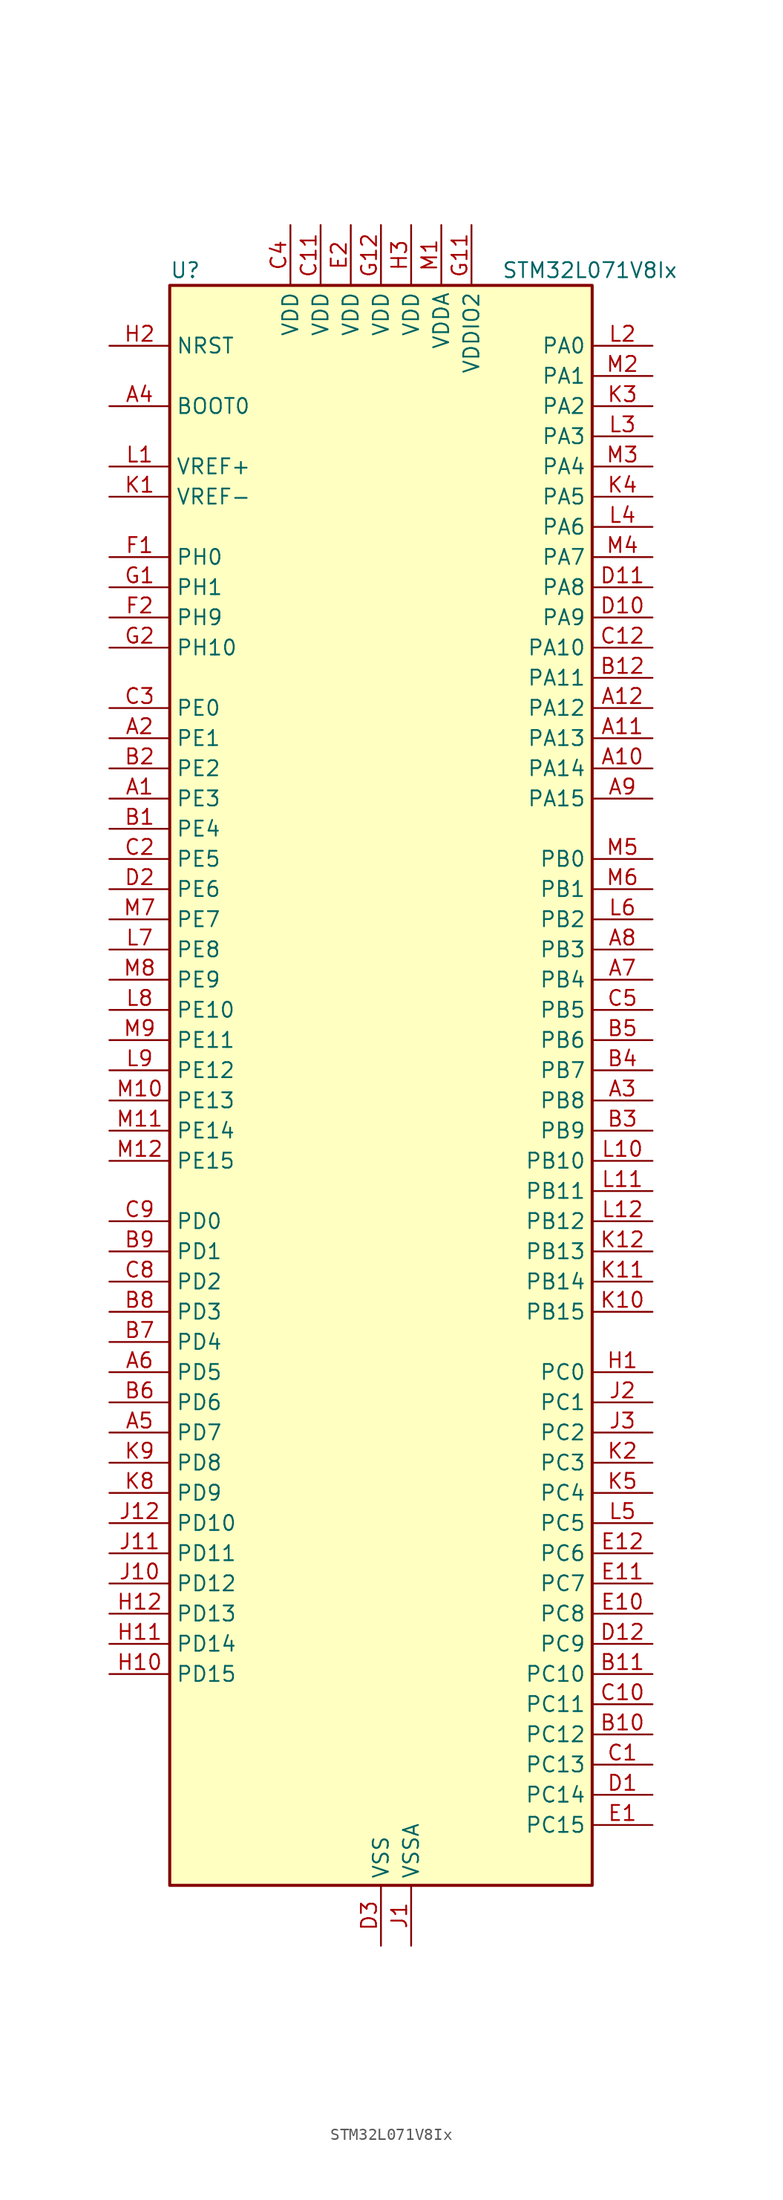
<source format=kicad_sym>
(kicad_symbol_lib
  (version 20241209)
  (generator "kicad_symbol_editor")
  (generator_version "9.0")
  (symbol "STM32L071V8Ix"
    (property "Reference" "U"
      (at -17.78 69.85 0)
      (effects (font (size 1.27 1.27)) (justify left)))
    (property "Value" "STM32L071V8Ix"
      (at 10.16 69.85 0)
      (effects (font (size 1.27 1.27)) (justify left)))
    (symbol "STM32L071V8Ix_0_1"
      (rectangle (start -17.78 -66.04) (end 17.78 68.58) (stroke (width 0.254) (type default)) (fill (type background))))
    (symbol "STM32L071V8Ix_1_1"
      (pin input line (at -22.86 63.5 0) (length 5.08) (name "NRST" (effects (font (size 1.27 1.27)))) (number "H2" (effects (font (size 1.27 1.27)))))
      (pin input line (at -22.86 58.42 0) (length 5.08) (name "BOOT0" (effects (font (size 1.27 1.27)))) (number "A4" (effects (font (size 1.27 1.27)))))
      (pin input line (at -22.86 53.34 0) (length 5.08) (name "VREF+" (effects (font (size 1.27 1.27)))) (number "L1" (effects (font (size 1.27 1.27)))))
      (pin input line (at -22.86 50.8 0) (length 5.08) (name "VREF-" (effects (font (size 1.27 1.27)))) (number "K1" (effects (font (size 1.27 1.27)))))
      (pin bidirectional line (at -22.86 45.72 0) (length 5.08) (name "PH0" (effects (font (size 1.27 1.27)))) (number "F1" (effects (font (size 1.27 1.27)))) (alternate "RCC_OSC_IN" bidirectional line))
      (pin bidirectional line (at -22.86 43.18 0) (length 5.08) (name "PH1" (effects (font (size 1.27 1.27)))) (number "G1" (effects (font (size 1.27 1.27)))) (alternate "RCC_OSC_OUT" bidirectional line))
      (pin bidirectional line (at -22.86 40.64 0) (length 5.08) (name "PH9" (effects (font (size 1.27 1.27)))) (number "F2" (effects (font (size 1.27 1.27)))))
      (pin bidirectional line (at -22.86 38.1 0) (length 5.08) (name "PH10" (effects (font (size 1.27 1.27)))) (number "G2" (effects (font (size 1.27 1.27)))))
      (pin bidirectional line (at -22.86 33.02 0) (length 5.08) (name "PE0" (effects (font (size 1.27 1.27)))) (number "C3" (effects (font (size 1.27 1.27)))))
      (pin bidirectional line (at -22.86 30.48 0) (length 5.08) (name "PE1" (effects (font (size 1.27 1.27)))) (number "A2" (effects (font (size 1.27 1.27)))))
      (pin bidirectional line (at -22.86 27.94 0) (length 5.08) (name "PE2" (effects (font (size 1.27 1.27)))) (number "B2" (effects (font (size 1.27 1.27)))) (alternate "TIM3_ETR" bidirectional line))
      (pin bidirectional line (at -22.86 25.4 0) (length 5.08) (name "PE3" (effects (font (size 1.27 1.27)))) (number "A1" (effects (font (size 1.27 1.27)))) (alternate "TIM22_CH1" bidirectional line) (alternate "TIM3_CH1" bidirectional line))
      (pin bidirectional line (at -22.86 22.86 0) (length 5.08) (name "PE4" (effects (font (size 1.27 1.27)))) (number "B1" (effects (font (size 1.27 1.27)))) (alternate "TIM22_CH2" bidirectional line) (alternate "TIM3_CH2" bidirectional line))
      (pin bidirectional line (at -22.86 20.32 0) (length 5.08) (name "PE5" (effects (font (size 1.27 1.27)))) (number "C2" (effects (font (size 1.27 1.27)))) (alternate "TIM21_CH1" bidirectional line) (alternate "TIM3_CH3" bidirectional line))
      (pin bidirectional line (at -22.86 17.78 0) (length 5.08) (name "PE6" (effects (font (size 1.27 1.27)))) (number "D2" (effects (font (size 1.27 1.27)))) (alternate "RTC_TAMP3" bidirectional line) (alternate "SYS_WKUP3" bidirectional line) (alternate "TIM21_CH2" bidirectional line) (alternate "TIM3_CH4" bidirectional line))
      (pin bidirectional line (at -22.86 15.24 0) (length 5.08) (name "PE7" (effects (font (size 1.27 1.27)))) (number "M7" (effects (font (size 1.27 1.27)))) (alternate "USART5_CK" bidirectional line) (alternate "USART5_DE" bidirectional line) (alternate "USART5_RTS" bidirectional line))
      (pin bidirectional line (at -22.86 12.7 0) (length 5.08) (name "PE8" (effects (font (size 1.27 1.27)))) (number "L7" (effects (font (size 1.27 1.27)))) (alternate "USART4_TX" bidirectional line))
      (pin bidirectional line (at -22.86 10.16 0) (length 5.08) (name "PE9" (effects (font (size 1.27 1.27)))) (number "M8" (effects (font (size 1.27 1.27)))) (alternate "TIM2_CH1" bidirectional line) (alternate "TIM2_ETR" bidirectional line) (alternate "USART4_RX" bidirectional line))
      (pin bidirectional line (at -22.86 7.62 0) (length 5.08) (name "PE10" (effects (font (size 1.27 1.27)))) (number "L8" (effects (font (size 1.27 1.27)))) (alternate "TIM2_CH2" bidirectional line) (alternate "USART5_TX" bidirectional line))
      (pin bidirectional line (at -22.86 5.08 0) (length 5.08) (name "PE11" (effects (font (size 1.27 1.27)))) (number "M9" (effects (font (size 1.27 1.27)))) (alternate "ADC_EXTI11" bidirectional line) (alternate "TIM2_CH3" bidirectional line) (alternate "USART5_RX" bidirectional line))
      (pin bidirectional line (at -22.86 2.54 0) (length 5.08) (name "PE12" (effects (font (size 1.27 1.27)))) (number "L9" (effects (font (size 1.27 1.27)))) (alternate "SPI1_NSS" bidirectional line) (alternate "TIM2_CH4" bidirectional line))
      (pin bidirectional line (at -22.86 0 0) (length 5.08) (name "PE13" (effects (font (size 1.27 1.27)))) (number "M10" (effects (font (size 1.27 1.27)))) (alternate "SPI1_SCK" bidirectional line))
      (pin bidirectional line (at -22.86 -2.54 0) (length 5.08) (name "PE14" (effects (font (size 1.27 1.27)))) (number "M11" (effects (font (size 1.27 1.27)))) (alternate "SPI1_MISO" bidirectional line))
      (pin bidirectional line (at -22.86 -5.08 0) (length 5.08) (name "PE15" (effects (font (size 1.27 1.27)))) (number "M12" (effects (font (size 1.27 1.27)))) (alternate "SPI1_MOSI" bidirectional line))
      (pin bidirectional line (at -22.86 -10.16 0) (length 5.08) (name "PD0" (effects (font (size 1.27 1.27)))) (number "C9" (effects (font (size 1.27 1.27)))) (alternate "I2S2_WS" bidirectional line) (alternate "SPI2_NSS" bidirectional line) (alternate "TIM21_CH1" bidirectional line))
      (pin bidirectional line (at -22.86 -12.7 0) (length 5.08) (name "PD1" (effects (font (size 1.27 1.27)))) (number "B9" (effects (font (size 1.27 1.27)))) (alternate "I2S2_CK" bidirectional line) (alternate "SPI2_SCK" bidirectional line))
      (pin bidirectional line (at -22.86 -15.24 0) (length 5.08) (name "PD2" (effects (font (size 1.27 1.27)))) (number "C8" (effects (font (size 1.27 1.27)))) (alternate "LPUART1_DE" bidirectional line) (alternate "LPUART1_RTS" bidirectional line) (alternate "TIM3_ETR" bidirectional line) (alternate "USART5_RX" bidirectional line))
      (pin bidirectional line (at -22.86 -17.78 0) (length 5.08) (name "PD3" (effects (font (size 1.27 1.27)))) (number "B8" (effects (font (size 1.27 1.27)))) (alternate "I2S2_MCK" bidirectional line) (alternate "SPI2_MISO" bidirectional line) (alternate "USART2_CTS" bidirectional line))
      (pin bidirectional line (at -22.86 -20.32 0) (length 5.08) (name "PD4" (effects (font (size 1.27 1.27)))) (number "B7" (effects (font (size 1.27 1.27)))) (alternate "I2S2_SD" bidirectional line) (alternate "SPI2_MOSI" bidirectional line) (alternate "USART2_DE" bidirectional line) (alternate "USART2_RTS" bidirectional line))
      (pin bidirectional line (at -22.86 -22.86 0) (length 5.08) (name "PD5" (effects (font (size 1.27 1.27)))) (number "A6" (effects (font (size 1.27 1.27)))) (alternate "USART2_TX" bidirectional line))
      (pin bidirectional line (at -22.86 -25.4 0) (length 5.08) (name "PD6" (effects (font (size 1.27 1.27)))) (number "B6" (effects (font (size 1.27 1.27)))) (alternate "USART2_RX" bidirectional line))
      (pin bidirectional line (at -22.86 -27.94 0) (length 5.08) (name "PD7" (effects (font (size 1.27 1.27)))) (number "A5" (effects (font (size 1.27 1.27)))) (alternate "TIM21_CH2" bidirectional line) (alternate "USART2_CK" bidirectional line))
      (pin bidirectional line (at -22.86 -30.48 0) (length 5.08) (name "PD8" (effects (font (size 1.27 1.27)))) (number "K9" (effects (font (size 1.27 1.27)))) (alternate "LPUART1_TX" bidirectional line))
      (pin bidirectional line (at -22.86 -33.02 0) (length 5.08) (name "PD9" (effects (font (size 1.27 1.27)))) (number "K8" (effects (font (size 1.27 1.27)))) (alternate "LPUART1_RX" bidirectional line))
      (pin bidirectional line (at -22.86 -35.56 0) (length 5.08) (name "PD10" (effects (font (size 1.27 1.27)))) (number "J12" (effects (font (size 1.27 1.27)))))
      (pin bidirectional line (at -22.86 -38.1 0) (length 5.08) (name "PD11" (effects (font (size 1.27 1.27)))) (number "J11" (effects (font (size 1.27 1.27)))) (alternate "ADC_EXTI11" bidirectional line) (alternate "LPUART1_CTS" bidirectional line))
      (pin bidirectional line (at -22.86 -40.64 0) (length 5.08) (name "PD12" (effects (font (size 1.27 1.27)))) (number "J10" (effects (font (size 1.27 1.27)))) (alternate "LPUART1_DE" bidirectional line) (alternate "LPUART1_RTS" bidirectional line))
      (pin bidirectional line (at -22.86 -43.18 0) (length 5.08) (name "PD13" (effects (font (size 1.27 1.27)))) (number "H12" (effects (font (size 1.27 1.27)))))
      (pin bidirectional line (at -22.86 -45.72 0) (length 5.08) (name "PD14" (effects (font (size 1.27 1.27)))) (number "H11" (effects (font (size 1.27 1.27)))))
      (pin bidirectional line (at -22.86 -48.26 0) (length 5.08) (name "PD15" (effects (font (size 1.27 1.27)))) (number "H10" (effects (font (size 1.27 1.27)))))
      (pin power_in line (at -7.62 73.66 270) (length 5.08) (name "VDD" (effects (font (size 1.27 1.27)))) (number "C4" (effects (font (size 1.27 1.27)))))
      (pin power_in line (at -5.08 73.66 270) (length 5.08) (name "VDD" (effects (font (size 1.27 1.27)))) (number "C11" (effects (font (size 1.27 1.27)))))
      (pin power_in line (at -2.54 73.66 270) (length 5.08) (name "VDD" (effects (font (size 1.27 1.27)))) (number "E2" (effects (font (size 1.27 1.27)))))
      (pin power_in line (at 0 73.66 270) (length 5.08) (name "VDD" (effects (font (size 1.27 1.27)))) (number "G12" (effects (font (size 1.27 1.27)))))
      (pin power_in line (at 0 -71.12 90) (length 5.08) (name "VSS" (effects (font (size 1.27 1.27)))) (number "D3" (effects (font (size 1.27 1.27)))))
      (pin passive line (at 0 -71.12 90) (length 5.08) (hide yes) (name "VSS" (effects (font (size 1.27 1.27)))) (number "E3" (effects (font (size 1.27 1.27)))))
      (pin passive line (at 0 -71.12 90) (length 5.08) (hide yes) (name "VSS" (effects (font (size 1.27 1.27)))) (number "F11" (effects (font (size 1.27 1.27)))))
      (pin passive line (at 0 -71.12 90) (length 5.08) (hide yes) (name "VSS" (effects (font (size 1.27 1.27)))) (number "F12" (effects (font (size 1.27 1.27)))))
      (pin power_in line (at 2.54 73.66 270) (length 5.08) (name "VDD" (effects (font (size 1.27 1.27)))) (number "H3" (effects (font (size 1.27 1.27)))))
      (pin power_in line (at 2.54 -71.12 90) (length 5.08) (name "VSSA" (effects (font (size 1.27 1.27)))) (number "J1" (effects (font (size 1.27 1.27)))))
      (pin power_in line (at 5.08 73.66 270) (length 5.08) (name "VDDA" (effects (font (size 1.27 1.27)))) (number "M1" (effects (font (size 1.27 1.27)))))
      (pin power_in line (at 7.62 73.66 270) (length 5.08) (name "VDDIO2" (effects (font (size 1.27 1.27)))) (number "G11" (effects (font (size 1.27 1.27)))))
      (pin bidirectional line (at 22.86 63.5 180) (length 5.08) (name "PA0" (effects (font (size 1.27 1.27)))) (number "L2" (effects (font (size 1.27 1.27)))) (alternate "ADC_IN0" bidirectional line) (alternate "COMP1_INM" bidirectional line) (alternate "COMP1_OUT" bidirectional line) (alternate "RTC_TAMP2" bidirectional line) (alternate "SYS_WKUP1" bidirectional line) (alternate "TIM2_CH1" bidirectional line) (alternate "TIM2_ETR" bidirectional line) (alternate "USART2_CTS" bidirectional line) (alternate "USART4_TX" bidirectional line))
      (pin bidirectional line (at 22.86 60.96 180) (length 5.08) (name "PA1" (effects (font (size 1.27 1.27)))) (number "M2" (effects (font (size 1.27 1.27)))) (alternate "ADC_IN1" bidirectional line) (alternate "COMP1_INP" bidirectional line) (alternate "TIM21_ETR" bidirectional line) (alternate "TIM2_CH2" bidirectional line) (alternate "USART2_DE" bidirectional line) (alternate "USART2_RTS" bidirectional line) (alternate "USART4_RX" bidirectional line))
      (pin bidirectional line (at 22.86 58.42 180) (length 5.08) (name "PA2" (effects (font (size 1.27 1.27)))) (number "K3" (effects (font (size 1.27 1.27)))) (alternate "ADC_IN2" bidirectional line) (alternate "COMP2_INM" bidirectional line) (alternate "COMP2_OUT" bidirectional line) (alternate "LPUART1_TX" bidirectional line) (alternate "TIM21_CH1" bidirectional line) (alternate "TIM2_CH3" bidirectional line) (alternate "USART2_TX" bidirectional line))
      (pin bidirectional line (at 22.86 55.88 180) (length 5.08) (name "PA3" (effects (font (size 1.27 1.27)))) (number "L3" (effects (font (size 1.27 1.27)))) (alternate "ADC_IN3" bidirectional line) (alternate "COMP2_INP" bidirectional line) (alternate "LPUART1_RX" bidirectional line) (alternate "TIM21_CH2" bidirectional line) (alternate "TIM2_CH4" bidirectional line) (alternate "USART2_RX" bidirectional line))
      (pin bidirectional line (at 22.86 53.34 180) (length 5.08) (name "PA4" (effects (font (size 1.27 1.27)))) (number "M3" (effects (font (size 1.27 1.27)))) (alternate "ADC_IN4" bidirectional line) (alternate "COMP1_INM" bidirectional line) (alternate "COMP2_INM" bidirectional line) (alternate "SPI1_NSS" bidirectional line) (alternate "TIM22_ETR" bidirectional line) (alternate "USART2_CK" bidirectional line))
      (pin bidirectional line (at 22.86 50.8 180) (length 5.08) (name "PA5" (effects (font (size 1.27 1.27)))) (number "K4" (effects (font (size 1.27 1.27)))) (alternate "ADC_IN5" bidirectional line) (alternate "COMP1_INM" bidirectional line) (alternate "COMP2_INM" bidirectional line) (alternate "SPI1_SCK" bidirectional line) (alternate "TIM2_CH1" bidirectional line) (alternate "TIM2_ETR" bidirectional line))
      (pin bidirectional line (at 22.86 48.26 180) (length 5.08) (name "PA6" (effects (font (size 1.27 1.27)))) (number "L4" (effects (font (size 1.27 1.27)))) (alternate "ADC_IN6" bidirectional line) (alternate "COMP1_OUT" bidirectional line) (alternate "LPUART1_CTS" bidirectional line) (alternate "SPI1_MISO" bidirectional line) (alternate "TIM22_CH1" bidirectional line) (alternate "TIM3_CH1" bidirectional line))
      (pin bidirectional line (at 22.86 45.72 180) (length 5.08) (name "PA7" (effects (font (size 1.27 1.27)))) (number "M4" (effects (font (size 1.27 1.27)))) (alternate "ADC_IN7" bidirectional line) (alternate "COMP2_OUT" bidirectional line) (alternate "SPI1_MOSI" bidirectional line) (alternate "TIM22_CH2" bidirectional line) (alternate "TIM3_CH2" bidirectional line))
      (pin bidirectional line (at 22.86 43.18 180) (length 5.08) (name "PA8" (effects (font (size 1.27 1.27)))) (number "D11" (effects (font (size 1.27 1.27)))) (alternate "I2C3_SCL" bidirectional line) (alternate "RCC_MCO" bidirectional line) (alternate "USART1_CK" bidirectional line))
      (pin bidirectional line (at 22.86 40.64 180) (length 5.08) (name "PA9" (effects (font (size 1.27 1.27)))) (number "D10" (effects (font (size 1.27 1.27)))) (alternate "I2C1_SCL" bidirectional line) (alternate "I2C3_SMBA" bidirectional line) (alternate "RCC_MCO" bidirectional line) (alternate "USART1_TX" bidirectional line))
      (pin bidirectional line (at 22.86 38.1 180) (length 5.08) (name "PA10" (effects (font (size 1.27 1.27)))) (number "C12" (effects (font (size 1.27 1.27)))) (alternate "I2C1_SDA" bidirectional line) (alternate "USART1_RX" bidirectional line))
      (pin bidirectional line (at 22.86 35.56 180) (length 5.08) (name "PA11" (effects (font (size 1.27 1.27)))) (number "B12" (effects (font (size 1.27 1.27)))) (alternate "ADC_EXTI11" bidirectional line) (alternate "COMP1_OUT" bidirectional line) (alternate "SPI1_MISO" bidirectional line) (alternate "USART1_CTS" bidirectional line))
      (pin bidirectional line (at 22.86 33.02 180) (length 5.08) (name "PA12" (effects (font (size 1.27 1.27)))) (number "A12" (effects (font (size 1.27 1.27)))) (alternate "COMP2_OUT" bidirectional line) (alternate "SPI1_MOSI" bidirectional line) (alternate "USART1_DE" bidirectional line) (alternate "USART1_RTS" bidirectional line))
      (pin bidirectional line (at 22.86 30.48 180) (length 5.08) (name "PA13" (effects (font (size 1.27 1.27)))) (number "A11" (effects (font (size 1.27 1.27)))) (alternate "LPUART1_RX" bidirectional line) (alternate "SYS_SWDIO" bidirectional line))
      (pin bidirectional line (at 22.86 27.94 180) (length 5.08) (name "PA14" (effects (font (size 1.27 1.27)))) (number "A10" (effects (font (size 1.27 1.27)))) (alternate "LPUART1_TX" bidirectional line) (alternate "SYS_SWCLK" bidirectional line) (alternate "USART2_TX" bidirectional line))
      (pin bidirectional line (at 22.86 25.4 180) (length 5.08) (name "PA15" (effects (font (size 1.27 1.27)))) (number "A9" (effects (font (size 1.27 1.27)))) (alternate "SPI1_NSS" bidirectional line) (alternate "TIM2_CH1" bidirectional line) (alternate "TIM2_ETR" bidirectional line) (alternate "USART2_RX" bidirectional line) (alternate "USART4_DE" bidirectional line) (alternate "USART4_RTS" bidirectional line))
      (pin bidirectional line (at 22.86 20.32 180) (length 5.08) (name "PB0" (effects (font (size 1.27 1.27)))) (number "M5" (effects (font (size 1.27 1.27)))) (alternate "ADC_IN8" bidirectional line) (alternate "SYS_VREF_OUT_PB0" bidirectional line) (alternate "TIM3_CH3" bidirectional line))
      (pin bidirectional line (at 22.86 17.78 180) (length 5.08) (name "PB1" (effects (font (size 1.27 1.27)))) (number "M6" (effects (font (size 1.27 1.27)))) (alternate "ADC_IN9" bidirectional line) (alternate "LPUART1_DE" bidirectional line) (alternate "LPUART1_RTS" bidirectional line) (alternate "SYS_VREF_OUT_PB1" bidirectional line) (alternate "TIM3_CH4" bidirectional line))
      (pin bidirectional line (at 22.86 15.24 180) (length 5.08) (name "PB2" (effects (font (size 1.27 1.27)))) (number "L6" (effects (font (size 1.27 1.27)))) (alternate "I2C3_SMBA" bidirectional line) (alternate "LPTIM1_OUT" bidirectional line))
      (pin bidirectional line (at 22.86 12.7 180) (length 5.08) (name "PB3" (effects (font (size 1.27 1.27)))) (number "A8" (effects (font (size 1.27 1.27)))) (alternate "COMP2_INM" bidirectional line) (alternate "SPI1_SCK" bidirectional line) (alternate "TIM2_CH2" bidirectional line) (alternate "USART1_DE" bidirectional line) (alternate "USART1_RTS" bidirectional line) (alternate "USART5_TX" bidirectional line))
      (pin bidirectional line (at 22.86 10.16 180) (length 5.08) (name "PB4" (effects (font (size 1.27 1.27)))) (number "A7" (effects (font (size 1.27 1.27)))) (alternate "COMP2_INP" bidirectional line) (alternate "I2C3_SDA" bidirectional line) (alternate "SPI1_MISO" bidirectional line) (alternate "TIM22_CH1" bidirectional line) (alternate "TIM3_CH1" bidirectional line) (alternate "USART1_CTS" bidirectional line) (alternate "USART5_RX" bidirectional line))
      (pin bidirectional line (at 22.86 7.62 180) (length 5.08) (name "PB5" (effects (font (size 1.27 1.27)))) (number "C5" (effects (font (size 1.27 1.27)))) (alternate "COMP2_INP" bidirectional line) (alternate "I2C1_SMBA" bidirectional line) (alternate "LPTIM1_IN1" bidirectional line) (alternate "SPI1_MOSI" bidirectional line) (alternate "TIM22_CH2" bidirectional line) (alternate "TIM3_CH2" bidirectional line) (alternate "USART1_CK" bidirectional line) (alternate "USART5_CK" bidirectional line) (alternate "USART5_DE" bidirectional line) (alternate "USART5_RTS" bidirectional line))
      (pin bidirectional line (at 22.86 5.08 180) (length 5.08) (name "PB6" (effects (font (size 1.27 1.27)))) (number "B5" (effects (font (size 1.27 1.27)))) (alternate "COMP2_INP" bidirectional line) (alternate "I2C1_SCL" bidirectional line) (alternate "LPTIM1_ETR" bidirectional line) (alternate "USART1_TX" bidirectional line))
      (pin bidirectional line (at 22.86 2.54 180) (length 5.08) (name "PB7" (effects (font (size 1.27 1.27)))) (number "B4" (effects (font (size 1.27 1.27)))) (alternate "COMP2_INP" bidirectional line) (alternate "I2C1_SDA" bidirectional line) (alternate "LPTIM1_IN2" bidirectional line) (alternate "SYS_PVD_IN" bidirectional line) (alternate "USART1_RX" bidirectional line) (alternate "USART4_CTS" bidirectional line))
      (pin bidirectional line (at 22.86 0 180) (length 5.08) (name "PB8" (effects (font (size 1.27 1.27)))) (number "A3" (effects (font (size 1.27 1.27)))) (alternate "I2C1_SCL" bidirectional line))
      (pin bidirectional line (at 22.86 -2.54 180) (length 5.08) (name "PB9" (effects (font (size 1.27 1.27)))) (number "B3" (effects (font (size 1.27 1.27)))) (alternate "I2C1_SDA" bidirectional line) (alternate "I2S2_WS" bidirectional line) (alternate "SPI2_NSS" bidirectional line))
      (pin bidirectional line (at 22.86 -5.08 180) (length 5.08) (name "PB10" (effects (font (size 1.27 1.27)))) (number "L10" (effects (font (size 1.27 1.27)))) (alternate "I2C2_SCL" bidirectional line) (alternate "LPUART1_RX" bidirectional line) (alternate "LPUART1_TX" bidirectional line) (alternate "SPI2_SCK" bidirectional line) (alternate "TIM2_CH3" bidirectional line))
      (pin bidirectional line (at 22.86 -7.62 180) (length 5.08) (name "PB11" (effects (font (size 1.27 1.27)))) (number "L11" (effects (font (size 1.27 1.27)))) (alternate "ADC_EXTI11" bidirectional line) (alternate "I2C2_SDA" bidirectional line) (alternate "LPUART1_RX" bidirectional line) (alternate "LPUART1_TX" bidirectional line) (alternate "TIM2_CH4" bidirectional line))
      (pin bidirectional line (at 22.86 -10.16 180) (length 5.08) (name "PB12" (effects (font (size 1.27 1.27)))) (number "L12" (effects (font (size 1.27 1.27)))) (alternate "I2S2_WS" bidirectional line) (alternate "LPUART1_DE" bidirectional line) (alternate "LPUART1_RTS" bidirectional line) (alternate "SPI2_NSS" bidirectional line))
      (pin bidirectional line (at 22.86 -12.7 180) (length 5.08) (name "PB13" (effects (font (size 1.27 1.27)))) (number "K12" (effects (font (size 1.27 1.27)))) (alternate "I2C2_SCL" bidirectional line) (alternate "I2S2_CK" bidirectional line) (alternate "LPUART1_CTS" bidirectional line) (alternate "RCC_MCO" bidirectional line) (alternate "SPI2_SCK" bidirectional line) (alternate "TIM21_CH1" bidirectional line))
      (pin bidirectional line (at 22.86 -15.24 180) (length 5.08) (name "PB14" (effects (font (size 1.27 1.27)))) (number "K11" (effects (font (size 1.27 1.27)))) (alternate "I2C2_SDA" bidirectional line) (alternate "I2S2_MCK" bidirectional line) (alternate "LPUART1_DE" bidirectional line) (alternate "LPUART1_RTS" bidirectional line) (alternate "RTC_OUT_ALARM" bidirectional line) (alternate "RTC_OUT_CALIB" bidirectional line) (alternate "SPI2_MISO" bidirectional line) (alternate "TIM21_CH2" bidirectional line))
      (pin bidirectional line (at 22.86 -17.78 180) (length 5.08) (name "PB15" (effects (font (size 1.27 1.27)))) (number "K10" (effects (font (size 1.27 1.27)))) (alternate "I2S2_SD" bidirectional line) (alternate "RTC_REFIN" bidirectional line) (alternate "SPI2_MOSI" bidirectional line))
      (pin bidirectional line (at 22.86 -22.86 180) (length 5.08) (name "PC0" (effects (font (size 1.27 1.27)))) (number "H1" (effects (font (size 1.27 1.27)))) (alternate "ADC_IN10" bidirectional line) (alternate "I2C3_SCL" bidirectional line) (alternate "LPTIM1_IN1" bidirectional line) (alternate "LPUART1_RX" bidirectional line))
      (pin bidirectional line (at 22.86 -25.4 180) (length 5.08) (name "PC1" (effects (font (size 1.27 1.27)))) (number "J2" (effects (font (size 1.27 1.27)))) (alternate "ADC_IN11" bidirectional line) (alternate "I2C3_SDA" bidirectional line) (alternate "LPTIM1_OUT" bidirectional line) (alternate "LPUART1_TX" bidirectional line))
      (pin bidirectional line (at 22.86 -27.94 180) (length 5.08) (name "PC2" (effects (font (size 1.27 1.27)))) (number "J3" (effects (font (size 1.27 1.27)))) (alternate "ADC_IN12" bidirectional line) (alternate "I2S2_MCK" bidirectional line) (alternate "LPTIM1_IN2" bidirectional line) (alternate "SPI2_MISO" bidirectional line))
      (pin bidirectional line (at 22.86 -30.48 180) (length 5.08) (name "PC3" (effects (font (size 1.27 1.27)))) (number "K2" (effects (font (size 1.27 1.27)))) (alternate "ADC_IN13" bidirectional line) (alternate "I2S2_SD" bidirectional line) (alternate "LPTIM1_ETR" bidirectional line) (alternate "SPI2_MOSI" bidirectional line))
      (pin bidirectional line (at 22.86 -33.02 180) (length 5.08) (name "PC4" (effects (font (size 1.27 1.27)))) (number "K5" (effects (font (size 1.27 1.27)))) (alternate "ADC_IN14" bidirectional line) (alternate "LPUART1_TX" bidirectional line))
      (pin bidirectional line (at 22.86 -35.56 180) (length 5.08) (name "PC5" (effects (font (size 1.27 1.27)))) (number "L5" (effects (font (size 1.27 1.27)))) (alternate "ADC_IN15" bidirectional line) (alternate "LPUART1_RX" bidirectional line))
      (pin bidirectional line (at 22.86 -38.1 180) (length 5.08) (name "PC6" (effects (font (size 1.27 1.27)))) (number "E12" (effects (font (size 1.27 1.27)))) (alternate "TIM22_CH1" bidirectional line) (alternate "TIM3_CH1" bidirectional line))
      (pin bidirectional line (at 22.86 -40.64 180) (length 5.08) (name "PC7" (effects (font (size 1.27 1.27)))) (number "E11" (effects (font (size 1.27 1.27)))) (alternate "TIM22_CH2" bidirectional line) (alternate "TIM3_CH2" bidirectional line))
      (pin bidirectional line (at 22.86 -43.18 180) (length 5.08) (name "PC8" (effects (font (size 1.27 1.27)))) (number "E10" (effects (font (size 1.27 1.27)))) (alternate "TIM22_ETR" bidirectional line) (alternate "TIM3_CH3" bidirectional line))
      (pin bidirectional line (at 22.86 -45.72 180) (length 5.08) (name "PC9" (effects (font (size 1.27 1.27)))) (number "D12" (effects (font (size 1.27 1.27)))) (alternate "I2C3_SDA" bidirectional line) (alternate "TIM21_ETR" bidirectional line) (alternate "TIM3_CH4" bidirectional line))
      (pin bidirectional line (at 22.86 -48.26 180) (length 5.08) (name "PC10" (effects (font (size 1.27 1.27)))) (number "B11" (effects (font (size 1.27 1.27)))) (alternate "LPUART1_TX" bidirectional line) (alternate "USART4_TX" bidirectional line))
      (pin bidirectional line (at 22.86 -50.8 180) (length 5.08) (name "PC11" (effects (font (size 1.27 1.27)))) (number "C10" (effects (font (size 1.27 1.27)))) (alternate "ADC_EXTI11" bidirectional line) (alternate "LPUART1_RX" bidirectional line) (alternate "USART4_RX" bidirectional line))
      (pin bidirectional line (at 22.86 -53.34 180) (length 5.08) (name "PC12" (effects (font (size 1.27 1.27)))) (number "B10" (effects (font (size 1.27 1.27)))) (alternate "USART4_CK" bidirectional line) (alternate "USART5_TX" bidirectional line))
      (pin bidirectional line (at 22.86 -55.88 180) (length 5.08) (name "PC13" (effects (font (size 1.27 1.27)))) (number "C1" (effects (font (size 1.27 1.27)))) (alternate "RTC_OUT_ALARM" bidirectional line) (alternate "RTC_OUT_CALIB" bidirectional line) (alternate "RTC_TAMP1" bidirectional line) (alternate "RTC_TS" bidirectional line) (alternate "SYS_WKUP2" bidirectional line))
      (pin bidirectional line (at 22.86 -58.42 180) (length 5.08) (name "PC14" (effects (font (size 1.27 1.27)))) (number "D1" (effects (font (size 1.27 1.27)))) (alternate "RCC_OSC32_IN" bidirectional line))
      (pin bidirectional line (at 22.86 -60.96 180) (length 5.08) (name "PC15" (effects (font (size 1.27 1.27)))) (number "E1" (effects (font (size 1.27 1.27)))) (alternate "RCC_OSC32_OUT" bidirectional line)))))
</source>
